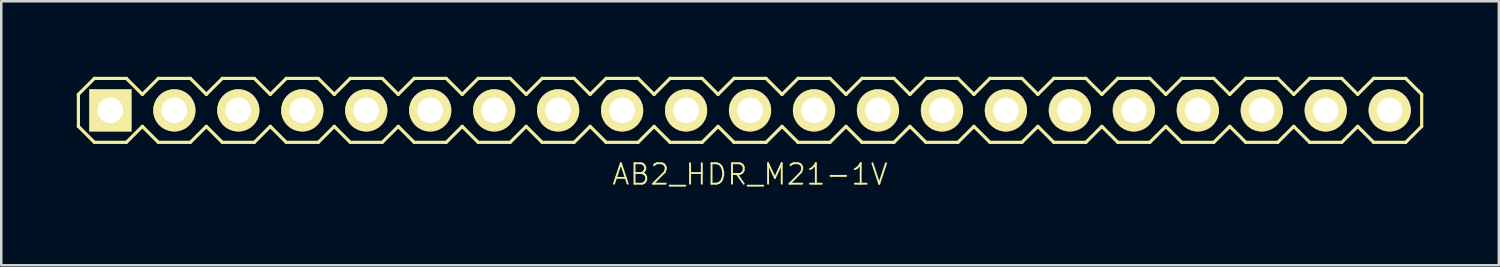
<source format=kicad_pcb>
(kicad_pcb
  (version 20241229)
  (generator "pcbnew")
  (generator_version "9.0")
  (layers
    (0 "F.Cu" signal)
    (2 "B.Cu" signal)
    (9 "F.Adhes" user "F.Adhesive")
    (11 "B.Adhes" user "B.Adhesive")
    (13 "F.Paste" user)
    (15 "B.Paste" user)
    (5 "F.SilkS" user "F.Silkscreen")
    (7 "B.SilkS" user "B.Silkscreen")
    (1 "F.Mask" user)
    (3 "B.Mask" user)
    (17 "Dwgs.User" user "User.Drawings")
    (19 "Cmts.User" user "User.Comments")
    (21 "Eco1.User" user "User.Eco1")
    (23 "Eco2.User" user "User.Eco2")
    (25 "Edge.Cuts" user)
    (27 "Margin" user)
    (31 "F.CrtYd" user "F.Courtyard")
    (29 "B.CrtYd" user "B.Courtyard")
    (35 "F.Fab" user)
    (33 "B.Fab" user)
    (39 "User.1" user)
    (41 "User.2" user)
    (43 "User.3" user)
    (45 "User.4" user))
  (footprint "AB2_HDR_M21-1V"
    (layer "F.Cu")
    (at 26.733 1.333)
    (property "Reference" "AB2_HDR_M21-1V" (at 0 2.54 0) (layer "F.SilkS") (effects (font (size 0.813 0.813) (thickness 0.076))))
    (attr through_hole)
    (fp_line (start -26.67 -0.635) (end -26.035 -1.27) (stroke (width 0.127) (type solid)) (layer "F.SilkS"))
    (fp_line (start -26.67 0.635) (end -26.67 -0.635) (stroke (width 0.127) (type solid)) (layer "F.SilkS"))
    (fp_line (start -26.035 -1.27) (end -24.765 -1.27) (stroke (width 0.127) (type solid)) (layer "F.SilkS"))
    (fp_line (start -26.035 1.27) (end -26.67 0.635) (stroke (width 0.127) (type solid)) (layer "F.SilkS"))
    (fp_line (start -24.765 -1.27) (end -24.13 -0.635) (stroke (width 0.127) (type solid)) (layer "F.SilkS"))
    (fp_line (start -24.765 1.27) (end -26.035 1.27) (stroke (width 0.127) (type solid)) (layer "F.SilkS"))
    (fp_line (start -24.13 -0.635) (end -23.495 -1.27) (stroke (width 0.127) (type solid)) (layer "F.SilkS"))
    (fp_line (start -24.13 0.635) (end -24.765 1.27) (stroke (width 0.127) (type solid)) (layer "F.SilkS"))
    (fp_line (start -23.495 -1.27) (end -22.225 -1.27) (stroke (width 0.127) (type solid)) (layer "F.SilkS"))
    (fp_line (start -23.495 1.27) (end -24.13 0.635) (stroke (width 0.127) (type solid)) (layer "F.SilkS"))
    (fp_line (start -22.225 -1.27) (end -21.59 -0.635) (stroke (width 0.127) (type solid)) (layer "F.SilkS"))
    (fp_line (start -22.225 1.27) (end -23.495 1.27) (stroke (width 0.127) (type solid)) (layer "F.SilkS"))
    (fp_line (start -21.59 -0.635) (end -20.955 -1.27) (stroke (width 0.127) (type solid)) (layer "F.SilkS"))
    (fp_line (start -21.59 0.635) (end -22.225 1.27) (stroke (width 0.127) (type solid)) (layer "F.SilkS"))
    (fp_line (start -20.955 -1.27) (end -19.685 -1.27) (stroke (width 0.127) (type solid)) (layer "F.SilkS"))
    (fp_line (start -20.955 1.27) (end -21.59 0.635) (stroke (width 0.127) (type solid)) (layer "F.SilkS"))
    (fp_line (start -19.685 -1.27) (end -19.05 -0.635) (stroke (width 0.127) (type solid)) (layer "F.SilkS"))
    (fp_line (start -19.685 1.27) (end -20.955 1.27) (stroke (width 0.127) (type solid)) (layer "F.SilkS"))
    (fp_line (start -19.05 -0.635) (end -18.415 -1.27) (stroke (width 0.127) (type solid)) (layer "F.SilkS"))
    (fp_line (start -19.05 0.635) (end -19.685 1.27) (stroke (width 0.127) (type solid)) (layer "F.SilkS"))
    (fp_line (start -18.415 -1.27) (end -17.145 -1.27) (stroke (width 0.127) (type solid)) (layer "F.SilkS"))
    (fp_line (start -18.415 1.27) (end -19.05 0.635) (stroke (width 0.127) (type solid)) (layer "F.SilkS"))
    (fp_line (start -17.145 -1.27) (end -16.51 -0.635) (stroke (width 0.127) (type solid)) (layer "F.SilkS"))
    (fp_line (start -17.145 1.27) (end -18.415 1.27) (stroke (width 0.127) (type solid)) (layer "F.SilkS"))
    (fp_line (start -16.51 -0.635) (end -15.875 -1.27) (stroke (width 0.127) (type solid)) (layer "F.SilkS"))
    (fp_line (start -16.51 0.635) (end -17.145 1.27) (stroke (width 0.127) (type solid)) (layer "F.SilkS"))
    (fp_line (start -15.875 -1.27) (end -14.605 -1.27) (stroke (width 0.127) (type solid)) (layer "F.SilkS"))
    (fp_line (start -15.875 1.27) (end -16.51 0.635) (stroke (width 0.127) (type solid)) (layer "F.SilkS"))
    (fp_line (start -14.605 -1.27) (end -13.97 -0.635) (stroke (width 0.127) (type solid)) (layer "F.SilkS"))
    (fp_line (start -14.605 1.27) (end -15.875 1.27) (stroke (width 0.127) (type solid)) (layer "F.SilkS"))
    (fp_line (start -13.97 -0.635) (end -13.335 -1.27) (stroke (width 0.127) (type solid)) (layer "F.SilkS"))
    (fp_line (start -13.97 0.635) (end -14.605 1.27) (stroke (width 0.127) (type solid)) (layer "F.SilkS"))
    (fp_line (start -13.335 -1.27) (end -12.065 -1.27) (stroke (width 0.127) (type solid)) (layer "F.SilkS"))
    (fp_line (start -13.335 1.27) (end -13.97 0.635) (stroke (width 0.127) (type solid)) (layer "F.SilkS"))
    (fp_line (start -12.065 -1.27) (end -11.43 -0.635) (stroke (width 0.127) (type solid)) (layer "F.SilkS"))
    (fp_line (start -12.065 1.27) (end -13.335 1.27) (stroke (width 0.127) (type solid)) (layer "F.SilkS"))
    (fp_line (start -11.43 -0.635) (end -10.795 -1.27) (stroke (width 0.127) (type solid)) (layer "F.SilkS"))
    (fp_line (start -11.43 0.635) (end -12.065 1.27) (stroke (width 0.127) (type solid)) (layer "F.SilkS"))
    (fp_line (start -10.795 -1.27) (end -9.525 -1.27) (stroke (width 0.127) (type solid)) (layer "F.SilkS"))
    (fp_line (start -10.795 1.27) (end -11.43 0.635) (stroke (width 0.127) (type solid)) (layer "F.SilkS"))
    (fp_line (start -9.525 -1.27) (end -8.89 -0.635) (stroke (width 0.127) (type solid)) (layer "F.SilkS"))
    (fp_line (start -9.525 1.27) (end -10.795 1.27) (stroke (width 0.127) (type solid)) (layer "F.SilkS"))
    (fp_line (start -8.89 -0.635) (end -8.255 -1.27) (stroke (width 0.127) (type solid)) (layer "F.SilkS"))
    (fp_line (start -8.89 0.635) (end -9.525 1.27) (stroke (width 0.127) (type solid)) (layer "F.SilkS"))
    (fp_line (start -8.255 -1.27) (end -6.985 -1.27) (stroke (width 0.127) (type solid)) (layer "F.SilkS"))
    (fp_line (start -8.255 1.27) (end -8.89 0.635) (stroke (width 0.127) (type solid)) (layer "F.SilkS"))
    (fp_line (start -6.985 -1.27) (end -6.35 -0.635) (stroke (width 0.127) (type solid)) (layer "F.SilkS"))
    (fp_line (start -6.985 1.27) (end -8.255 1.27) (stroke (width 0.127) (type solid)) (layer "F.SilkS"))
    (fp_line (start -6.35 -0.635) (end -5.715 -1.27) (stroke (width 0.127) (type solid)) (layer "F.SilkS"))
    (fp_line (start -6.35 0.635) (end -6.985 1.27) (stroke (width 0.127) (type solid)) (layer "F.SilkS"))
    (fp_line (start -5.715 -1.27) (end -4.445 -1.27) (stroke (width 0.127) (type solid)) (layer "F.SilkS"))
    (fp_line (start -5.715 1.27) (end -6.35 0.635) (stroke (width 0.127) (type solid)) (layer "F.SilkS"))
    (fp_line (start -4.445 -1.27) (end -3.81 -0.635) (stroke (width 0.127) (type solid)) (layer "F.SilkS"))
    (fp_line (start -4.445 1.27) (end -5.715 1.27) (stroke (width 0.127) (type solid)) (layer "F.SilkS"))
    (fp_line (start -3.81 -0.635) (end -3.175 -1.27) (stroke (width 0.127) (type solid)) (layer "F.SilkS"))
    (fp_line (start -3.81 0.635) (end -4.445 1.27) (stroke (width 0.127) (type solid)) (layer "F.SilkS"))
    (fp_line (start -3.175 -1.27) (end -1.905 -1.27) (stroke (width 0.127) (type solid)) (layer "F.SilkS"))
    (fp_line (start -3.175 1.27) (end -3.81 0.635) (stroke (width 0.127) (type solid)) (layer "F.SilkS"))
    (fp_line (start -1.905 -1.27) (end -1.27 -0.635) (stroke (width 0.127) (type solid)) (layer "F.SilkS"))
    (fp_line (start -1.905 1.27) (end -3.175 1.27) (stroke (width 0.127) (type solid)) (layer "F.SilkS"))
    (fp_line (start -1.27 -0.635) (end -0.635 -1.27) (stroke (width 0.127) (type solid)) (layer "F.SilkS"))
    (fp_line (start -1.27 0.635) (end -1.905 1.27) (stroke (width 0.127) (type solid)) (layer "F.SilkS"))
    (fp_line (start -0.635 -1.27) (end 0.635 -1.27) (stroke (width 0.127) (type solid)) (layer "F.SilkS"))
    (fp_line (start -0.635 1.27) (end -1.27 0.635) (stroke (width 0.127) (type solid)) (layer "F.SilkS"))
    (fp_line (start 0.635 -1.27) (end 1.27 -0.635) (stroke (width 0.127) (type solid)) (layer "F.SilkS"))
    (fp_line (start 0.635 1.27) (end -0.635 1.27) (stroke (width 0.127) (type solid)) (layer "F.SilkS"))
    (fp_line (start 1.27 -0.635) (end 1.905 -1.27) (stroke (width 0.127) (type solid)) (layer "F.SilkS"))
    (fp_line (start 1.27 0.635) (end 0.635 1.27) (stroke (width 0.127) (type solid)) (layer "F.SilkS"))
    (fp_line (start 1.905 -1.27) (end 3.175 -1.27) (stroke (width 0.127) (type solid)) (layer "F.SilkS"))
    (fp_line (start 1.905 1.27) (end 1.27 0.635) (stroke (width 0.127) (type solid)) (layer "F.SilkS"))
    (fp_line (start 3.175 -1.27) (end 3.81 -0.635) (stroke (width 0.127) (type solid)) (layer "F.SilkS"))
    (fp_line (start 3.175 1.27) (end 1.905 1.27) (stroke (width 0.127) (type solid)) (layer "F.SilkS"))
    (fp_line (start 3.81 -0.635) (end 4.445 -1.27) (stroke (width 0.127) (type solid)) (layer "F.SilkS"))
    (fp_line (start 3.81 0.635) (end 3.175 1.27) (stroke (width 0.127) (type solid)) (layer "F.SilkS"))
    (fp_line (start 4.445 -1.27) (end 5.715 -1.27) (stroke (width 0.127) (type solid)) (layer "F.SilkS"))
    (fp_line (start 4.445 1.27) (end 3.81 0.635) (stroke (width 0.127) (type solid)) (layer "F.SilkS"))
    (fp_line (start 5.715 -1.27) (end 6.35 -0.635) (stroke (width 0.127) (type solid)) (layer "F.SilkS"))
    (fp_line (start 5.715 1.27) (end 4.445 1.27) (stroke (width 0.127) (type solid)) (layer "F.SilkS"))
    (fp_line (start 6.35 -0.635) (end 6.985 -1.27) (stroke (width 0.127) (type solid)) (layer "F.SilkS"))
    (fp_line (start 6.35 0.635) (end 5.715 1.27) (stroke (width 0.127) (type solid)) (layer "F.SilkS"))
    (fp_line (start 6.985 -1.27) (end 8.255 -1.27) (stroke (width 0.127) (type solid)) (layer "F.SilkS"))
    (fp_line (start 6.985 1.27) (end 6.35 0.635) (stroke (width 0.127) (type solid)) (layer "F.SilkS"))
    (fp_line (start 8.255 -1.27) (end 8.89 -0.635) (stroke (width 0.127) (type solid)) (layer "F.SilkS"))
    (fp_line (start 8.255 1.27) (end 6.985 1.27) (stroke (width 0.127) (type solid)) (layer "F.SilkS"))
    (fp_line (start 8.89 -0.635) (end 9.525 -1.27) (stroke (width 0.127) (type solid)) (layer "F.SilkS"))
    (fp_line (start 8.89 0.635) (end 8.255 1.27) (stroke (width 0.127) (type solid)) (layer "F.SilkS"))
    (fp_line (start 9.525 -1.27) (end 10.795 -1.27) (stroke (width 0.127) (type solid)) (layer "F.SilkS"))
    (fp_line (start 9.525 1.27) (end 8.89 0.635) (stroke (width 0.127) (type solid)) (layer "F.SilkS"))
    (fp_line (start 10.795 -1.27) (end 11.43 -0.635) (stroke (width 0.127) (type solid)) (layer "F.SilkS"))
    (fp_line (start 10.795 1.27) (end 9.525 1.27) (stroke (width 0.127) (type solid)) (layer "F.SilkS"))
    (fp_line (start 11.43 -0.635) (end 12.065 -1.27) (stroke (width 0.127) (type solid)) (layer "F.SilkS"))
    (fp_line (start 11.43 0.635) (end 10.795 1.27) (stroke (width 0.127) (type solid)) (layer "F.SilkS"))
    (fp_line (start 12.065 -1.27) (end 13.335 -1.27) (stroke (width 0.127) (type solid)) (layer "F.SilkS"))
    (fp_line (start 12.065 1.27) (end 11.43 0.635) (stroke (width 0.127) (type solid)) (layer "F.SilkS"))
    (fp_line (start 13.335 -1.27) (end 13.97 -0.635) (stroke (width 0.127) (type solid)) (layer "F.SilkS"))
    (fp_line (start 13.335 1.27) (end 12.065 1.27) (stroke (width 0.127) (type solid)) (layer "F.SilkS"))
    (fp_line (start 13.97 -0.635) (end 14.605 -1.27) (stroke (width 0.127) (type solid)) (layer "F.SilkS"))
    (fp_line (start 13.97 0.635) (end 13.335 1.27) (stroke (width 0.127) (type solid)) (layer "F.SilkS"))
    (fp_line (start 14.605 -1.27) (end 15.875 -1.27) (stroke (width 0.127) (type solid)) (layer "F.SilkS"))
    (fp_line (start 14.605 1.27) (end 13.97 0.635) (stroke (width 0.127) (type solid)) (layer "F.SilkS"))
    (fp_line (start 15.875 -1.27) (end 16.51 -0.635) (stroke (width 0.127) (type solid)) (layer "F.SilkS"))
    (fp_line (start 15.875 1.27) (end 14.605 1.27) (stroke (width 0.127) (type solid)) (layer "F.SilkS"))
    (fp_line (start 16.51 -0.635) (end 17.145 -1.27) (stroke (width 0.127) (type solid)) (layer "F.SilkS"))
    (fp_line (start 16.51 0.635) (end 15.875 1.27) (stroke (width 0.127) (type solid)) (layer "F.SilkS"))
    (fp_line (start 17.145 -1.27) (end 18.415 -1.27) (stroke (width 0.127) (type solid)) (layer "F.SilkS"))
    (fp_line (start 17.145 1.27) (end 16.51 0.635) (stroke (width 0.127) (type solid)) (layer "F.SilkS"))
    (fp_line (start 18.415 -1.27) (end 19.05 -0.635) (stroke (width 0.127) (type solid)) (layer "F.SilkS"))
    (fp_line (start 18.415 1.27) (end 17.145 1.27) (stroke (width 0.127) (type solid)) (layer "F.SilkS"))
    (fp_line (start 19.05 -0.635) (end 19.685 -1.27) (stroke (width 0.127) (type solid)) (layer "F.SilkS"))
    (fp_line (start 19.05 0.635) (end 18.415 1.27) (stroke (width 0.127) (type solid)) (layer "F.SilkS"))
    (fp_line (start 19.685 -1.27) (end 20.955 -1.27) (stroke (width 0.127) (type solid)) (layer "F.SilkS"))
    (fp_line (start 19.685 1.27) (end 19.05 0.635) (stroke (width 0.127) (type solid)) (layer "F.SilkS"))
    (fp_line (start 20.955 -1.27) (end 21.59 -0.635) (stroke (width 0.127) (type solid)) (layer "F.SilkS"))
    (fp_line (start 20.955 1.27) (end 19.685 1.27) (stroke (width 0.127) (type solid)) (layer "F.SilkS"))
    (fp_line (start 21.59 -0.635) (end 22.225 -1.27) (stroke (width 0.127) (type solid)) (layer "F.SilkS"))
    (fp_line (start 21.59 0.635) (end 20.955 1.27) (stroke (width 0.127) (type solid)) (layer "F.SilkS"))
    (fp_line (start 22.225 -1.27) (end 23.495 -1.27) (stroke (width 0.127) (type solid)) (layer "F.SilkS"))
    (fp_line (start 22.225 1.27) (end 21.59 0.635) (stroke (width 0.127) (type solid)) (layer "F.SilkS"))
    (fp_line (start 23.495 -1.27) (end 24.13 -0.635) (stroke (width 0.127) (type solid)) (layer "F.SilkS"))
    (fp_line (start 23.495 1.27) (end 22.225 1.27) (stroke (width 0.127) (type solid)) (layer "F.SilkS"))
    (fp_line (start 24.13 -0.635) (end 24.765 -1.27) (stroke (width 0.127) (type solid)) (layer "F.SilkS"))
    (fp_line (start 24.13 0.635) (end 23.495 1.27) (stroke (width 0.127) (type solid)) (layer "F.SilkS"))
    (fp_line (start 24.765 -1.27) (end 26.035 -1.27) (stroke (width 0.127) (type solid)) (layer "F.SilkS"))
    (fp_line (start 24.765 1.27) (end 24.13 0.635) (stroke (width 0.127) (type solid)) (layer "F.SilkS"))
    (fp_line (start 26.035 -1.27) (end 26.67 -0.635) (stroke (width 0.127) (type solid)) (layer "F.SilkS"))
    (fp_line (start 26.035 1.27) (end 24.765 1.27) (stroke (width 0.127) (type solid)) (layer "F.SilkS"))
    (fp_line (start 26.67 -0.635) (end 26.67 0.635) (stroke (width 0.127) (type solid)) (layer "F.SilkS"))
    (fp_line (start 26.67 0.635) (end 26.035 1.27) (stroke (width 0.127) (type solid)) (layer "F.SilkS"))
    (pad "1" thru_hole rect (at -25.4 0) (size 1.676 1.676) (drill 1.016) (layers "*.Cu" "*.Mask" "F.SilkS"))
    (pad "2" thru_hole circle (at -22.86 0) (size 1.676 1.676) (drill 1.016) (layers "*.Cu" "*.Mask" "F.SilkS"))
    (pad "3" thru_hole circle (at -20.32 0) (size 1.676 1.676) (drill 1.016) (layers "*.Cu" "*.Mask" "F.SilkS"))
    (pad "4" thru_hole circle (at -17.78 0) (size 1.676 1.676) (drill 1.016) (layers "*.Cu" "*.Mask" "F.SilkS"))
    (pad "5" thru_hole circle (at -15.24 0) (size 1.676 1.676) (drill 1.016) (layers "*.Cu" "*.Mask" "F.SilkS"))
    (pad "6" thru_hole circle (at -12.7 0) (size 1.676 1.676) (drill 1.016) (layers "*.Cu" "*.Mask" "F.SilkS"))
    (pad "7" thru_hole circle (at -10.16 0) (size 1.676 1.676) (drill 1.016) (layers "*.Cu" "*.Mask" "F.SilkS"))
    (pad "8" thru_hole circle (at -7.62 0) (size 1.676 1.676) (drill 1.016) (layers "*.Cu" "*.Mask" "F.SilkS"))
    (pad "9" thru_hole circle (at -5.08 0) (size 1.676 1.676) (drill 1.016) (layers "*.Cu" "*.Mask" "F.SilkS"))
    (pad "10" thru_hole circle (at -2.54 0) (size 1.676 1.676) (drill 1.016) (layers "*.Cu" "*.Mask" "F.SilkS"))
    (pad "11" thru_hole circle (at 0 0) (size 1.676 1.676) (drill 1.016) (layers "*.Cu" "*.Mask" "F.SilkS"))
    (pad "12" thru_hole circle (at 2.54 0) (size 1.676 1.676) (drill 1.016) (layers "*.Cu" "*.Mask" "F.SilkS"))
    (pad "13" thru_hole circle (at 5.08 0) (size 1.676 1.676) (drill 1.016) (layers "*.Cu" "*.Mask" "F.SilkS"))
    (pad "14" thru_hole circle (at 7.62 0) (size 1.676 1.676) (drill 1.016) (layers "*.Cu" "*.Mask" "F.SilkS"))
    (pad "15" thru_hole circle (at 10.16 0) (size 1.676 1.676) (drill 1.016) (layers "*.Cu" "*.Mask" "F.SilkS"))
    (pad "16" thru_hole circle (at 12.7 0) (size 1.676 1.676) (drill 1.016) (layers "*.Cu" "*.Mask" "F.SilkS"))
    (pad "17" thru_hole circle (at 15.24 0) (size 1.676 1.676) (drill 1.016) (layers "*.Cu" "*.Mask" "F.SilkS"))
    (pad "18" thru_hole circle (at 17.78 0) (size 1.676 1.676) (drill 1.016) (layers "*.Cu" "*.Mask" "F.SilkS"))
    (pad "19" thru_hole circle (at 20.32 0) (size 1.676 1.676) (drill 1.016) (layers "*.Cu" "*.Mask" "F.SilkS"))
    (pad "20" thru_hole circle (at 22.86 0) (size 1.676 1.676) (drill 1.016) (layers "*.Cu" "*.Mask" "F.SilkS"))
    (pad "21" thru_hole circle (at 25.4 0) (size 1.676 1.676) (drill 1.016) (layers "*.Cu" "*.Mask" "F.SilkS")))
  (gr_rect
    (start -3 -3)
    (end 56.467 7.483)
    (stroke (width 0.1) (type default))
    (fill no)
    (layer "Edge.Cuts")))
</source>
